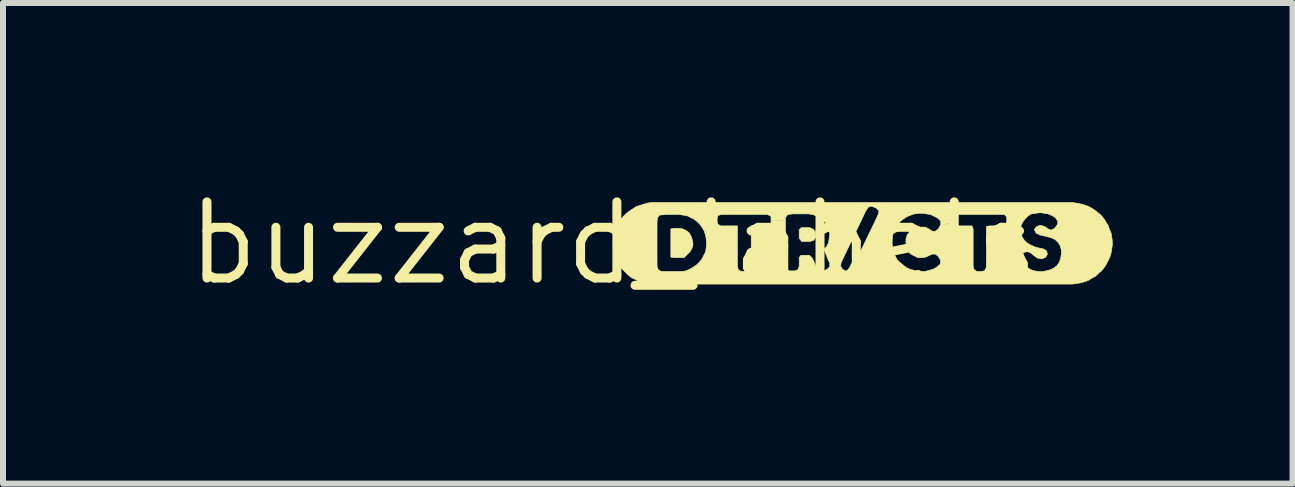
<source format=kicad_pcb>
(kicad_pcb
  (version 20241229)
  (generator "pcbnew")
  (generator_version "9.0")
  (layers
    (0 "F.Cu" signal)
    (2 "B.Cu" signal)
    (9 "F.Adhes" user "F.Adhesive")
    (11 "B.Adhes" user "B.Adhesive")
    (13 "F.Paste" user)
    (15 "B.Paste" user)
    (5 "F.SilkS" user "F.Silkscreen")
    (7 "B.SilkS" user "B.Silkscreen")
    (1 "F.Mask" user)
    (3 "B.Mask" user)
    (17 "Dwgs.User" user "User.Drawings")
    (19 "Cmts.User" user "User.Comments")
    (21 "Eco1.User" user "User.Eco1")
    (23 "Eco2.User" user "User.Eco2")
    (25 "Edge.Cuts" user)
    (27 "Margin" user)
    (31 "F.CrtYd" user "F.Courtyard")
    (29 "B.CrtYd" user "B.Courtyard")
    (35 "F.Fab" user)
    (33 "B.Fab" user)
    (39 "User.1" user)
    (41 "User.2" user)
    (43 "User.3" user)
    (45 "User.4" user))
  (footprint "buzzard_labels"
    (layer "F.Cu")
    (at 7.174 1.006)
    (property "Reference" "buzzard_labels" (at 0 0 0) (layer "F.SilkS") (effects (font (size 1.27 1.27) (thickness 0.15))))
    (attr exclude_from_pos_files exclude_from_bom)
    (fp_poly (pts (xy 3.14 -0.03) (xy 3.28 -0.03) (xy 3.34 -0.05) (xy 3.38 -0.11) (xy 3.37 -0.18) (xy 3.34 -0.23) (xy 3.28 -0.26) (xy 3.14 -0.26) (xy 3.1 -0.23) (xy 3.1 -0.09) (xy 3.14 -0.03)) (stroke (width 0.01) (type solid)) (fill yes) (layer "F.SilkS"))
    (fp_poly (pts (xy 1.18 0.24) (xy 1.23 0.19) (xy 1.28 0.14) (xy 1.31 0.09) (xy 1.33 0.02) (xy 1.32 -0.05) (xy 1.3 -0.11) (xy 1.27 -0.17) (xy 1.22 -0.21) (xy 1.16 -0.24) (xy 1.09 -0.25) (xy 1.02 -0.25) (xy 0.96 -0.24) (xy 0.96 0.23) (xy 1.02 0.24) (xy 1.15 0.24) (xy 1.18 0.24)) (stroke (width 0.01) (type solid)) (fill yes) (layer "F.SilkS"))
    (fp_poly (pts (xy 0.64 -0.68) (xy 0.57 -0.67) (xy 0.5 -0.65) (xy 0.44 -0.63) (xy 0.38 -0.61) (xy 0.32 -0.57) (xy 0.26 -0.53) (xy 0.21 -0.49) (xy 0.16 -0.44) (xy 0.12 -0.39) (xy 0.09 -0.33) (xy 0.06 -0.27) (xy 0.03 -0.21) (xy 0.01 -0.14) (xy 0 -0.07) (xy 0 -0.01) (xy 0 0.06) (xy 0.01 0.13) (xy 0.03 0.19) (xy 0.05 0.26) (xy 0.08 0.32) (xy 0.11 0.38) (xy 0.15 0.43) (xy 0.2 0.48) (xy 0.25 0.53) (xy 0.3 0.57) (xy 0.36 0.6) (xy 0.42 0.63) (xy 0.49 0.65) (xy 0.55 0.67) (xy 0.62 0.68) (xy 0.69 0.68) (xy 7.66 0.68) (xy 7.73 0.67) (xy 7.79 0.66) (xy 7.86 0.64) (xy 7.92 0.62) (xy 7.98 0.58) (xy 8.04 0.55) (xy 8.09 0.5) (xy 8.14 0.46) (xy 8.18 0.41) (xy 8.22 0.35) (xy 8.25 0.29) (xy 8.28 0.23) (xy 8.3 0.16) (xy 8.31 0.1) (xy 8.32 0.03) (xy 8.32 -0.04) (xy 8.31 -0.11) (xy 8.3 -0.17) (xy 8.27 -0.24) (xy 8.25 -0.3) (xy 8.21 -0.36) (xy 8.18 -0.41) (xy 8.13 -0.47) (xy 8.08 -0.51) (xy 8.03 -0.55) (xy 7.97 -0.59) (xy 7.91 -0.62) (xy 7.85 -0.64) (xy 7.78 -0.66) (xy 7.72 -0.67) (xy 7.65 -0.68) (xy 7.58 -0.68) (xy 0.68 -0.68) (xy 0.77 -0.47) (xy 0.89 -0.48) (xy 1.1 -0.48) (xy 1.16 -0.47) (xy 1.23 -0.46) (xy 1.29 -0.43) (xy 1.35 -0.4) (xy 1.4 -0.36) (xy 1.45 -0.31) (xy 1.49 -0.25) (xy 1.52 -0.2) (xy 1.74 -0.32) (xy 1.73 -0.39) (xy 1.74 -0.46) (xy 1.8 -0.48) (xy 1.82 -0.48) (xy 2.5 -0.48) (xy 2.57 -0.48) (xy 2.63 -0.45) (xy 2.63 -0.39) (xy 2.87 -0.37) (xy 2.87 -0.43) (xy 2.91 -0.48) (xy 2.99 -0.49) (xy 3.26 -0.49) (xy 3.32 -0.48) (xy 3.38 -0.46) (xy 3.44 -0.43) (xy 3.5 -0.39) (xy 3.55 -0.34) (xy 3.58 -0.28) (xy 3.6 -0.22) (xy 3.61 -0.15) (xy 3.6 -0.08) (xy 3.59 -0.01) (xy 3.56 0.05) (xy 3.51 0.1) (xy 3.53 0.14) (xy 3.58 0.27) (xy 3.61 0.33) (xy 3.61 0.39) (xy 3.79 0.38) (xy 3.8 0.32) (xy 4.21 -0.54) (xy 4.25 -0.6) (xy 4.3 -0.62) (xy 4.38 -0.59) (xy 4.43 -0.54) (xy 4.42 -0.49) (xy 4.39 -0.42) (xy 4.7 -0.25) (xy 4.74 -0.31) (xy 4.78 -0.36) (xy 4.83 -0.4) (xy 4.89 -0.44) (xy 4.96 -0.47) (xy 5.02 -0.49) (xy 5.09 -0.5) (xy 5.15 -0.5) (xy 5.22 -0.49) (xy 5.29 -0.48) (xy 5.35 -0.45) (xy 5.41 -0.42) (xy 5.46 -0.37) (xy 5.46 -0.31) (xy 5.66 -0.34) (xy 5.66 -0.4) (xy 5.68 -0.46) (xy 5.74 -0.48) (xy 5.77 -0.48) (xy 6.44 -0.48) (xy 6.52 -0.48) (xy 6.56 -0.44) (xy 6.56 -0.37) (xy 6.8 -0.3) (xy 6.83 -0.36) (xy 6.87 -0.41) (xy 6.92 -0.46) (xy 6.97 -0.49) (xy 7.04 -0.5) (xy 7.12 -0.51) (xy 7.19 -0.5) (xy 7.25 -0.49) (xy 7.32 -0.46) (xy 7.37 -0.43) (xy 7.41 -0.37) (xy 7.41 -0.32) (xy 7.36 -0.25) (xy 7.3 -0.22) (xy 7.25 -0.24) (xy 7.19 -0.28) (xy 7.12 -0.3) (xy 7.06 -0.28) (xy 7.02 -0.23) (xy 7.05 -0.17) (xy 7.11 -0.14) (xy 7.24 -0.11) (xy 7.31 -0.09) (xy 7.37 -0.06) (xy 7.42 -0.01) (xy 7.45 0.04) (xy 7.47 0.11) (xy 7.47 0.18) (xy 7.46 0.25) (xy 7.44 0.31) (xy 7.4 0.37) (xy 7.35 0.41) (xy 7.29 0.44) (xy 7.22 0.46) (xy 7.16 0.47) (xy 7.09 0.47) (xy 7.02 0.46) (xy 6.96 0.44) (xy 6.9 0.4) (xy 6.84 0.36) (xy 6.81 0.33) (xy 6.78 0.26) (xy 6.79 0.21) (xy 6.85 0.15) (xy 6.91 0.14) (xy 6.96 0.16) (xy 7.02 0.21) (xy 7.08 0.25) (xy 7.15 0.26) (xy 7.21 0.23) (xy 7.24 0.18) (xy 7.22 0.12) (xy 7.16 0.09) (xy 7.1 0.08) (xy 7.03 0.06) (xy 6.96 0.03) (xy 6.91 0) (xy 6.86 -0.04) (xy 6.82 -0.1) (xy 6.8 -0.16) (xy 6.79 -0.23) (xy 6.8 -0.3) (xy 6.56 -0.37) (xy 6.55 -0.31) (xy 6.49 -0.29) (xy 6.28 -0.29) (xy 6.22 -0.28) (xy 6.22 0.33) (xy 6.22 0.4) (xy 6.19 0.46) (xy 6.13 0.47) (xy 6.06 0.47) (xy 6.01 0.43) (xy 6 0.37) (xy 6 -0.24) (xy 5.98 -0.29) (xy 5.78 -0.29) (xy 5.71 -0.3) (xy 5.66 -0.33) (xy 5.46 -0.31) (xy 5.42 -0.24) (xy 5.37 -0.2) (xy 5.32 -0.2) (xy 5.26 -0.24) (xy 5.2 -0.27) (xy 5.12 -0.27) (xy 5.06 -0.26) (xy 5 -0.23) (xy 4.94 -0.19) (xy 4.9 -0.14) (xy 4.88 -0.07) (xy 4.88 0) (xy 4.89 0.07) (xy 4.91 0.13) (xy 4.96 0.18) (xy 5.02 0.21) (xy 5.08 0.24) (xy 5.14 0.24) (xy 5.21 0.23) (xy 5.32 0.18) (xy 5.37 0.18) (xy 5.42 0.22) (xy 5.46 0.29) (xy 5.45 0.35) (xy 5.39 0.4) (xy 5.34 0.43) (xy 5.27 0.45) (xy 5.2 0.47) (xy 5.14 0.47) (xy 5.07 0.47) (xy 5.01 0.45) (xy 4.94 0.43) (xy 4.88 0.4) (xy 4.83 0.36) (xy 4.78 0.32) (xy 4.73 0.27) (xy 4.7 0.21) (xy 4.67 0.14) (xy 4.66 0.08) (xy 4.65 0.01) (xy 4.65 -0.06) (xy 4.66 -0.13) (xy 4.67 -0.19) (xy 4.7 -0.25) (xy 4.39 -0.42) (xy 4.01 0.37) (xy 3.99 0.42) (xy 3.95 0.47) (xy 3.89 0.47) (xy 3.82 0.43) (xy 3.79 0.38) (xy 3.61 0.39) (xy 3.57 0.43) (xy 3.5 0.47) (xy 3.44 0.47) (xy 3.4 0.43) (xy 3.32 0.25) (xy 3.27 0.2) (xy 3.13 0.2) (xy 3.1 0.24) (xy 3.1 0.38) (xy 3.08 0.44) (xy 3.03 0.46) (xy 2.94 0.46) (xy 2.89 0.44) (xy 2.87 0.38) (xy 2.87 -0.37) (xy 2.63 -0.38) (xy 2.63 -0.32) (xy 2.57 -0.29) (xy 2.5 -0.29) (xy 2.3 -0.29) (xy 2.3 0.39) (xy 2.27 0.45) (xy 2.22 0.47) (xy 2.14 0.47) (xy 2.09 0.45) (xy 2.07 0.39) (xy 2.07 -0.23) (xy 2.07 -0.29) (xy 1.86 -0.29) (xy 1.79 -0.29) (xy 1.74 -0.32) (xy 1.52 -0.19) (xy 1.54 -0.13) (xy 1.55 -0.07) (xy 1.56 0) (xy 1.55 0.07) (xy 1.54 0.14) (xy 1.51 0.2) (xy 1.48 0.26) (xy 1.44 0.31) (xy 1.39 0.36) (xy 1.33 0.4) (xy 1.28 0.43) (xy 1.21 0.46) (xy 1.15 0.47) (xy 1.08 0.47) (xy 0.88 0.47) (xy 0.8 0.47) (xy 0.75 0.44) (xy 0.73 0.38) (xy 0.73 -0.36) (xy 0.74 -0.43) (xy 0.77 -0.47) (xy 0.68 -0.68) (xy 0.64 -0.68)) (stroke (width 0.01) (type solid)) (fill yes) (layer "F.SilkS")))
  (gr_rect
    (start -3 -3)
    (end 18.499 5.012)
    (stroke (width 0.1) (type default))
    (fill no)
    (layer "Edge.Cuts")))
</source>
